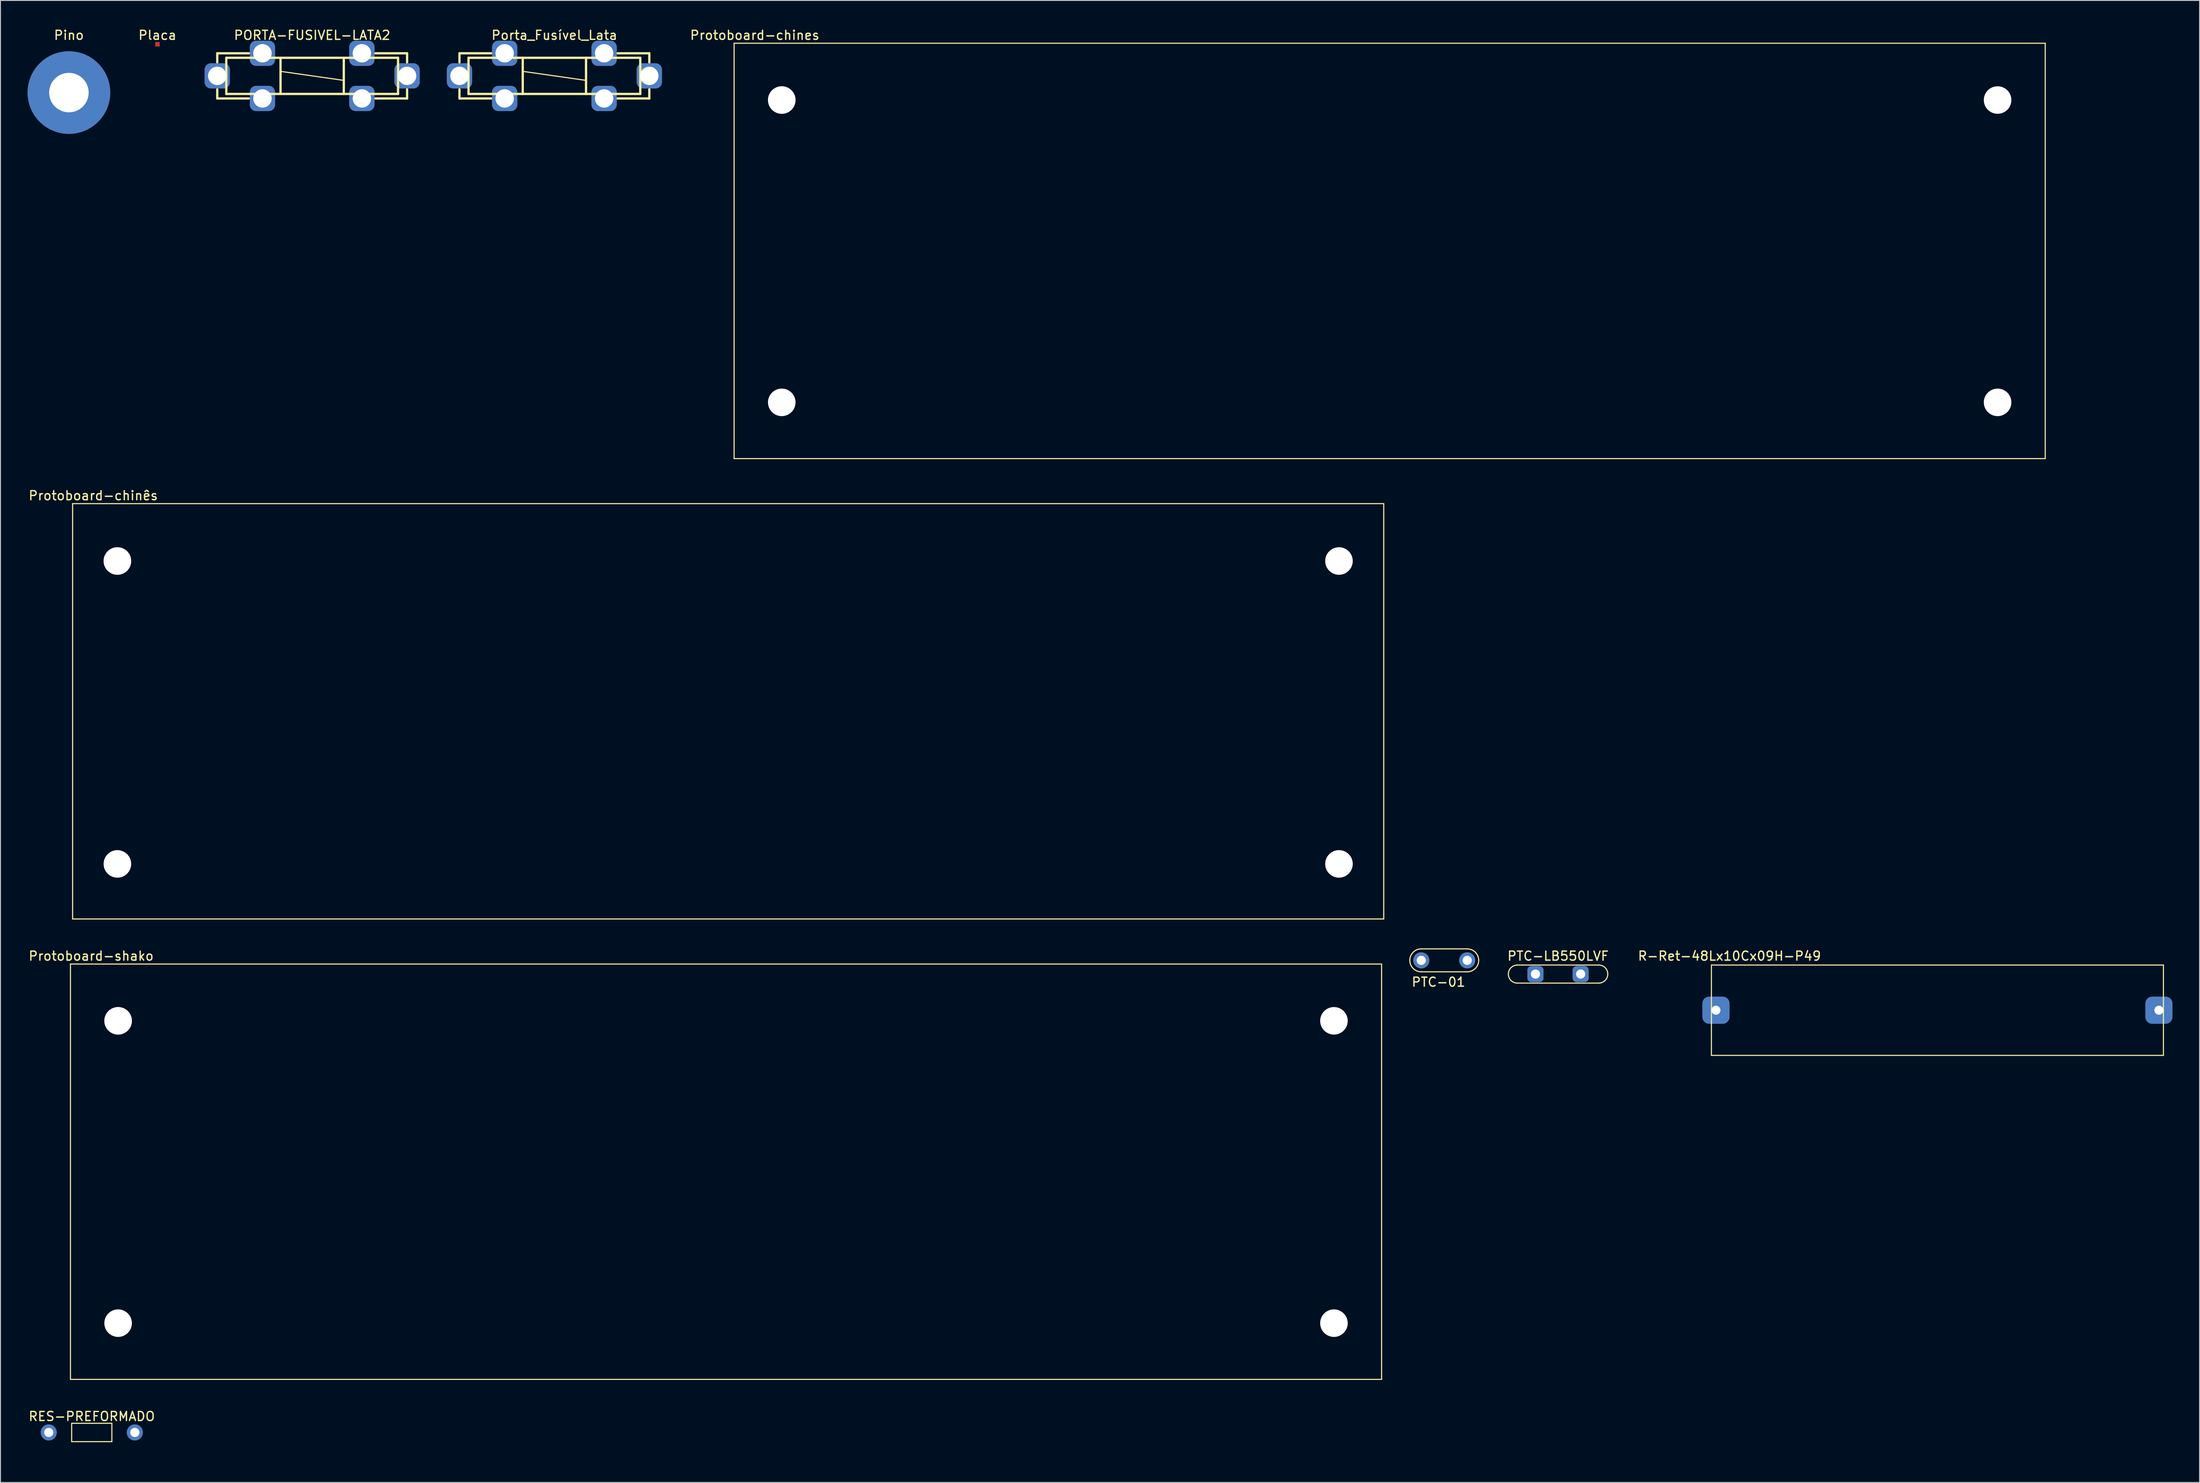
<source format=kicad_pcb>
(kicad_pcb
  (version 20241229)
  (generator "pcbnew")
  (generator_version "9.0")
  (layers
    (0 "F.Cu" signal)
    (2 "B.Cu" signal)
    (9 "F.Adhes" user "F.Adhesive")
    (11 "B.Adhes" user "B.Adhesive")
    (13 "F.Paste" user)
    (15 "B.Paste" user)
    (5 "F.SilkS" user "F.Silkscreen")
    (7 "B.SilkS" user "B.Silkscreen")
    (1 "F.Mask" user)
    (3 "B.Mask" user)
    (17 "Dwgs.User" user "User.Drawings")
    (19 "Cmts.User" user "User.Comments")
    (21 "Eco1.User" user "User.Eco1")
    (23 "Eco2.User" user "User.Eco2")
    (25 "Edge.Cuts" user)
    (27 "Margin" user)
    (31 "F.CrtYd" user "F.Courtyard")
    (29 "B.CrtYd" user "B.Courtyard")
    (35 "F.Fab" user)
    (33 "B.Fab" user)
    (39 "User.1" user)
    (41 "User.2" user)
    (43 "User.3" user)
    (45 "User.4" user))
  (footprint "R-Ret-48Lx10Cx09H-P49"
    (layer "F.Cu")
    (at 211.262 108.771)
    (property "Reference" "R-Ret-48Lx10Cx09H-P49" (at -23 -6 0) (layer "F.SilkS") (effects (font (size 1 1) (thickness 0.15))))
    (attr through_hole)
    (fp_line (start -25 -5) (end -25 5) (stroke (width 0.12) (type solid)) (layer "F.SilkS"))
    (fp_line (start -25 5) (end 25 5) (stroke (width 0.12) (type solid)) (layer "F.SilkS"))
    (fp_line (start 25 -5) (end -25 -5) (stroke (width 0.12) (type solid)) (layer "F.SilkS"))
    (fp_line (start 25 5) (end 25 -5) (stroke (width 0.12) (type solid)) (layer "F.SilkS"))
    (pad "1" thru_hole roundrect (at 24.5 0) (size 3 3) (drill 1) (layers "*.Cu" "*.Mask") (roundrect_rratio 0.25))
    (pad "2" thru_hole roundrect (at -24.5 0) (size 3 3) (drill 1) (layers "*.Cu" "*.Mask") (roundrect_rratio 0.25)))
  (footprint "RES-PREFORMADO"
    (layer "F.Cu")
    (at 7.101 157.796)
    (property "Reference" "RES-PREFORMADO" (at 0 -4.064 0) (layer "F.SilkS") (effects (font (size 1 1) (thickness 0.15))))
    (attr through_hole)
    (fp_line (start -2.223 -3.302) (end 2.223 -3.302) (stroke (width 0.12) (type solid)) (layer "F.SilkS"))
    (fp_line (start -2.223 -1.27) (end -2.223 -3.302) (stroke (width 0.12) (type solid)) (layer "F.SilkS"))
    (fp_line (start -2.223 -1.27) (end 2.223 -1.27) (stroke (width 0.12) (type solid)) (layer "F.SilkS"))
    (fp_line (start 2.223 -3.302) (end 2.223 -1.27) (stroke (width 0.12) (type solid)) (layer "F.SilkS"))
    (pad "1" thru_hole circle (at -4.763 -2.286) (size 1.778 1.778) (drill 1.016) (layers "*.Cu" "*.Mask"))
    (pad "2" thru_hole circle (at 4.763 -2.286) (size 1.778 1.778) (drill 1.016) (layers "*.Cu" "*.Mask")))
  (footprint "Protoboard-shako"
    (layer "F.Cu")
    (at 4.744 149.634)
    (property "Reference" "Protoboard-shako" (at 2.286 -46.863 0) (layer "F.SilkS") (effects (font (size 1 1) (thickness 0.15))))
    (attr through_hole)
    (fp_line (start 0 -45.974) (end 0 0) (stroke (width 0.12) (type solid)) (layer "F.SilkS"))
    (fp_line (start 0 0) (end 145.034 0) (stroke (width 0.12) (type solid)) (layer "F.SilkS"))
    (fp_line (start 145.034 -45.974) (end 0 -45.974) (stroke (width 0.12) (type solid)) (layer "F.SilkS"))
    (fp_line (start 145.034 0) (end 145.034 -45.974) (stroke (width 0.12) (type solid)) (layer "F.SilkS"))
    (pad "" np_thru_hole circle (at 5.271 -6.223) (size 3.048 3.048) (drill 3.048) (layers "*.Cu" "*.Mask"))
    (pad "" np_thru_hole circle (at 139.763 -39.688) (size 3.048 3.048) (drill 3.048) (layers "*.Cu" "*.Mask"))
    (pad "" np_thru_hole circle (at 139.763 -6.223) (size 3.048 3.048) (drill 3.048) (layers "*.Cu" "*.Mask"))
    (pad "1" thru_hole circle (at 5.271 -39.688) (size 3.048 3.048) (drill 3.048) (layers "*.Cu" "*.Mask")))
  (footprint "PTC-LB550LVF"
    (layer "F.Cu")
    (at 169.298 107.771)
    (property "Reference" "PTC-LB550LVF" (at 0 -5 0) (layer "F.SilkS") (effects (font (size 1 1) (thickness 0.15))))
    (attr through_hole)
    (fp_line (start -4.5 -2) (end 4.5 -2) (stroke (width 0.12) (type solid)) (layer "F.SilkS"))
    (fp_line (start 4.5 -4) (end -4.5 -4) (stroke (width 0.12) (type solid)) (layer "F.SilkS"))
    (fp_arc (start -4.5 -2) (mid -5.5 -3) (end -4.5 -4) (stroke (width 0.12) (type solid)) (layer "F.SilkS"))
    (fp_arc (start 4.5 -4) (mid 5.5 -3) (end 4.5 -2) (stroke (width 0.12) (type solid)) (layer "F.SilkS"))
    (pad "1" thru_hole roundrect (at -2.5 -3) (size 1.778 1.778) (drill 1.016) (layers "*.Cu" "*.Mask") (roundrect_rratio 0.25))
    (pad "2" thru_hole roundrect (at 2.5 -3) (size 1.778 1.778) (drill 1.016) (layers "*.Cu" "*.Mask") (roundrect_rratio 0.25)))
  (footprint "Protoboard-chines"
    (layer "F.Cu")
    (at 78.154 47.711)
    (property "Reference" "Protoboard-chines" (at 2.286 -46.863 0) (layer "F.SilkS") (effects (font (size 1 1) (thickness 0.15))))
    (attr through_hole)
    (fp_line (start 0 -45.974) (end 0 0) (stroke (width 0.12) (type solid)) (layer "F.SilkS"))
    (fp_line (start 0 0) (end 145.034 0) (stroke (width 0.12) (type solid)) (layer "F.SilkS"))
    (fp_line (start 145.034 -45.974) (end 0 -45.974) (stroke (width 0.12) (type solid)) (layer "F.SilkS"))
    (fp_line (start 145.034 0) (end 145.034 -45.974) (stroke (width 0.12) (type solid)) (layer "F.SilkS"))
    (pad "" np_thru_hole circle (at 5.271 -6.223) (size 3.048 3.048) (drill 3.048) (layers "*.Cu" "*.Mask"))
    (pad "" np_thru_hole circle (at 139.763 -39.688) (size 3.048 3.048) (drill 3.048) (layers "*.Cu" "*.Mask"))
    (pad "" np_thru_hole circle (at 139.763 -6.223) (size 3.048 3.048) (drill 3.048) (layers "*.Cu" "*.Mask"))
    (pad "1" thru_hole circle (at 5.271 -39.688) (size 3.048 3.048) (drill 3.048) (layers "*.Cu" "*.Mask")))
  (footprint "Protoboard-chinês"
    (layer "F.Cu")
    (at 4.982 98.672)
    (property "Reference" "Protoboard-chinês" (at 2.286 -46.863 0) (layer "F.SilkS") (effects (font (size 1 1) (thickness 0.15))))
    (attr through_hole)
    (fp_line (start 0 -45.974) (end 0 0) (stroke (width 0.12) (type solid)) (layer "F.SilkS"))
    (fp_line (start 0 0) (end 145.034 0) (stroke (width 0.12) (type solid)) (layer "F.SilkS"))
    (fp_line (start 145.034 -45.974) (end 0 -45.974) (stroke (width 0.12) (type solid)) (layer "F.SilkS"))
    (fp_line (start 145.034 0) (end 145.034 -45.974) (stroke (width 0.12) (type solid)) (layer "F.SilkS"))
    (pad "" np_thru_hole circle (at 4.953 -6.096) (size 3.048 3.048) (drill 3.048) (layers "*.Cu" "*.Mask"))
    (pad "" np_thru_hole circle (at 140.081 -39.624) (size 3.048 3.048) (drill 3.048) (layers "*.Cu" "*.Mask"))
    (pad "" np_thru_hole circle (at 140.081 -6.096) (size 3.048 3.048) (drill 3.048) (layers "*.Cu" "*.Mask"))
    (pad "1" thru_hole circle (at 4.953 -39.624) (size 3.048 3.048) (drill 3.048) (layers "*.Cu" "*.Mask")))
  (footprint "PORTA-FUSIVEL-LATA2"
    (layer "F.Cu")
    (at 20.981 9.348)
    (property "Reference" "PORTA-FUSIVEL-LATA2" (at 10.5 -8.5 0) (layer "F.SilkS") (effects (font (size 1 1) (thickness 0.15))))
    (attr through_hole)
    (fp_line (start 0 -6.5) (end 3.5 -6.5) (stroke (width 0.254) (type solid)) (layer "F.SilkS"))
    (fp_line (start 0 -5.5) (end 0 -6.5) (stroke (width 0.254) (type solid)) (layer "F.SilkS"))
    (fp_line (start 0 -2.5) (end 0 -1.5) (stroke (width 0.254) (type solid)) (layer "F.SilkS"))
    (fp_line (start 0 -1.5) (end 3.5 -1.5) (stroke (width 0.254) (type solid)) (layer "F.SilkS"))
    (fp_line (start 1 -6) (end 20 -6) (stroke (width 0.254) (type solid)) (layer "F.SilkS"))
    (fp_line (start 1 -2) (end 1 -6) (stroke (width 0.254) (type solid)) (layer "F.SilkS"))
    (fp_line (start 7 -6) (end 7 -2) (stroke (width 0.254) (type solid)) (layer "F.SilkS"))
    (fp_line (start 7 -4.5) (end 14 -3.5) (stroke (width 0.12) (type solid)) (layer "F.SilkS"))
    (fp_line (start 14 -6) (end 14 -2) (stroke (width 0.254) (type solid)) (layer "F.SilkS"))
    (fp_line (start 17.5 -1.5) (end 21 -1.5) (stroke (width 0.254) (type solid)) (layer "F.SilkS"))
    (fp_line (start 20 -6) (end 20 -2) (stroke (width 0.254) (type solid)) (layer "F.SilkS"))
    (fp_line (start 20 -2) (end 1 -2) (stroke (width 0.254) (type solid)) (layer "F.SilkS"))
    (fp_line (start 21 -6.5) (end 17.5 -6.5) (stroke (width 0.254) (type solid)) (layer "F.SilkS"))
    (fp_line (start 21 -5.5) (end 21 -6.5) (stroke (width 0.254) (type solid)) (layer "F.SilkS"))
    (fp_line (start 21 -1.5) (end 21 -2.5) (stroke (width 0.254) (type solid)) (layer "F.SilkS"))
    (pad "1" thru_hole roundrect (at 0 -4) (size 2.794 2.794) (drill 2.032) (layers "*.Cu" "*.Mask") (roundrect_rratio 0.25))
    (pad "2" thru_hole roundrect (at 21 -4) (size 2.794 2.794) (drill 2.032) (layers "*.Cu" "*.Mask") (roundrect_rratio 0.25))
    (pad "5" thru_hole roundrect (at 5 -6.5) (size 2.794 2.794) (drill 2.032) (layers "*.Cu" "*.Mask") (roundrect_rratio 0.25))
    (pad "6" thru_hole roundrect (at 5 -1.5) (size 2.794 2.794) (drill 2.032) (layers "*.Cu" "*.Mask") (roundrect_rratio 0.25))
    (pad "7" thru_hole roundrect (at 16 -6.5) (size 2.794 2.794) (drill 2.032) (layers "*.Cu" "*.Mask") (roundrect_rratio 0.25))
    (pad "8" thru_hole roundrect (at 16 -1.5) (size 2.794 2.794) (drill 2.032) (layers "*.Cu" "*.Mask") (roundrect_rratio 0.25)))
  (footprint "PTC-01"
    (layer "F.Cu")
    (at 156.073 105.157)
    (property "Reference" "PTC-01" (at 0 0.5 0) (layer "F.SilkS") (effects (font (size 1 1) (thickness 0.15))))
    (attr through_hole)
    (fp_line (start -1.905 -0.635) (end 3.175 -0.635) (stroke (width 0.12) (type solid)) (layer "F.SilkS"))
    (fp_line (start 3.175 -3.175) (end -1.905 -3.175) (stroke (width 0.12) (type solid)) (layer "F.SilkS"))
    (fp_arc (start -3.175 -1.905) (mid -2.803026 -2.803026) (end -1.905 -3.175) (stroke (width 0.12) (type solid)) (layer "F.SilkS"))
    (fp_arc (start -1.905 -0.635) (mid -2.803026 -1.006974) (end -3.175 -1.905) (stroke (width 0.12) (type solid)) (layer "F.SilkS"))
    (fp_arc (start 3.175 -3.175) (mid 4.073026 -2.803026) (end 4.445 -1.905) (stroke (width 0.12) (type solid)) (layer "F.SilkS"))
    (fp_arc (start 4.445 -1.905) (mid 4.073026 -1.006974) (end 3.175 -0.635) (stroke (width 0.12) (type solid)) (layer "F.SilkS"))
    (pad "1" thru_hole circle (at -1.905 -1.905) (size 1.778 1.778) (drill 1.016) (layers "*.Cu" "*.Mask"))
    (pad "2" thru_hole circle (at 3.175 -1.905) (size 1.778 1.778) (drill 1.016) (layers "*.Cu" "*.Mask")))
  (footprint "Pino"
    (layer "F.Cu")
    (at 4.572 7.198)
    (property "Reference" "Pino" (at 0 -6.35 0) (layer "F.SilkS") (effects (font (size 1 1) (thickness 0.15))))
    (attr through_hole)
    (pad "1" thru_hole circle (at 0 0) (size 9.144 9.144) (drill 4.369) (layers "*.Cu" "*.Mask")))
  (footprint "Porta_Fusível_Lata"
    (layer "F.Cu")
    (at 47.775 9.348)
    (property "Reference" "Porta_Fusível_Lata" (at 10.5 -8.5 0) (layer "F.SilkS") (effects (font (size 1 1) (thickness 0.15))))
    (attr through_hole)
    (fp_line (start 0 -6.5) (end 3.5 -6.5) (stroke (width 0.254) (type solid)) (layer "F.SilkS"))
    (fp_line (start 0 -5.5) (end 0 -6.5) (stroke (width 0.254) (type solid)) (layer "F.SilkS"))
    (fp_line (start 0 -2.5) (end 0 -1.5) (stroke (width 0.254) (type solid)) (layer "F.SilkS"))
    (fp_line (start 0 -1.5) (end 3.5 -1.5) (stroke (width 0.254) (type solid)) (layer "F.SilkS"))
    (fp_line (start 1 -6) (end 20 -6) (stroke (width 0.254) (type solid)) (layer "F.SilkS"))
    (fp_line (start 1 -2) (end 1 -6) (stroke (width 0.254) (type solid)) (layer "F.SilkS"))
    (fp_line (start 7 -6) (end 7 -2) (stroke (width 0.254) (type solid)) (layer "F.SilkS"))
    (fp_line (start 7 -4.5) (end 14 -3.5) (stroke (width 0.12) (type solid)) (layer "F.SilkS"))
    (fp_line (start 14 -6) (end 14 -2) (stroke (width 0.254) (type solid)) (layer "F.SilkS"))
    (fp_line (start 17.5 -1.5) (end 21 -1.5) (stroke (width 0.254) (type solid)) (layer "F.SilkS"))
    (fp_line (start 20 -6) (end 20 -2) (stroke (width 0.254) (type solid)) (layer "F.SilkS"))
    (fp_line (start 20 -2) (end 1 -2) (stroke (width 0.254) (type solid)) (layer "F.SilkS"))
    (fp_line (start 21 -6.5) (end 17.5 -6.5) (stroke (width 0.254) (type solid)) (layer "F.SilkS"))
    (fp_line (start 21 -5.5) (end 21 -6.5) (stroke (width 0.254) (type solid)) (layer "F.SilkS"))
    (fp_line (start 21 -1.5) (end 21 -2.5) (stroke (width 0.254) (type solid)) (layer "F.SilkS"))
    (pad "1" thru_hole roundrect (at 0 -4) (size 2.794 2.794) (drill 2.032) (layers "*.Cu" "*.Mask") (roundrect_rratio 0.25))
    (pad "2" thru_hole roundrect (at 21 -4) (size 2.794 2.794) (drill 2.032) (layers "*.Cu" "*.Mask") (roundrect_rratio 0.25))
    (pad "5" thru_hole roundrect (at 5 -6.5) (size 2.794 2.794) (drill 2.032) (layers "*.Cu" "*.Mask") (roundrect_rratio 0.25))
    (pad "6" thru_hole roundrect (at 5 -1.5) (size 2.794 2.794) (drill 2.032) (layers "*.Cu" "*.Mask") (roundrect_rratio 0.25))
    (pad "7" thru_hole roundrect (at 16 -6.5) (size 2.794 2.794) (drill 2.032) (layers "*.Cu" "*.Mask") (roundrect_rratio 0.25))
    (pad "8" thru_hole roundrect (at 16 -1.5) (size 2.794 2.794) (drill 2.032) (layers "*.Cu" "*.Mask") (roundrect_rratio 0.25)))
  (footprint "Placa"
    (layer "F.Cu")
    (at 14.364 1.848)
    (property "Reference" "Placa" (at 0 -1 0) (layer "F.SilkS") (effects (font (size 1 1) (thickness 0.15))))
    (attr through_hole)
    (pad "1" smd rect (at 0 0) (size 0.5 0.5) (layers "F.Cu" "F.Mask" "F.Paste")))
  (gr_rect
    (start -3 -3)
    (end 240.262 161.046)
    (stroke (width 0.1) (type default))
    (fill no)
    (layer "Edge.Cuts")))
</source>
